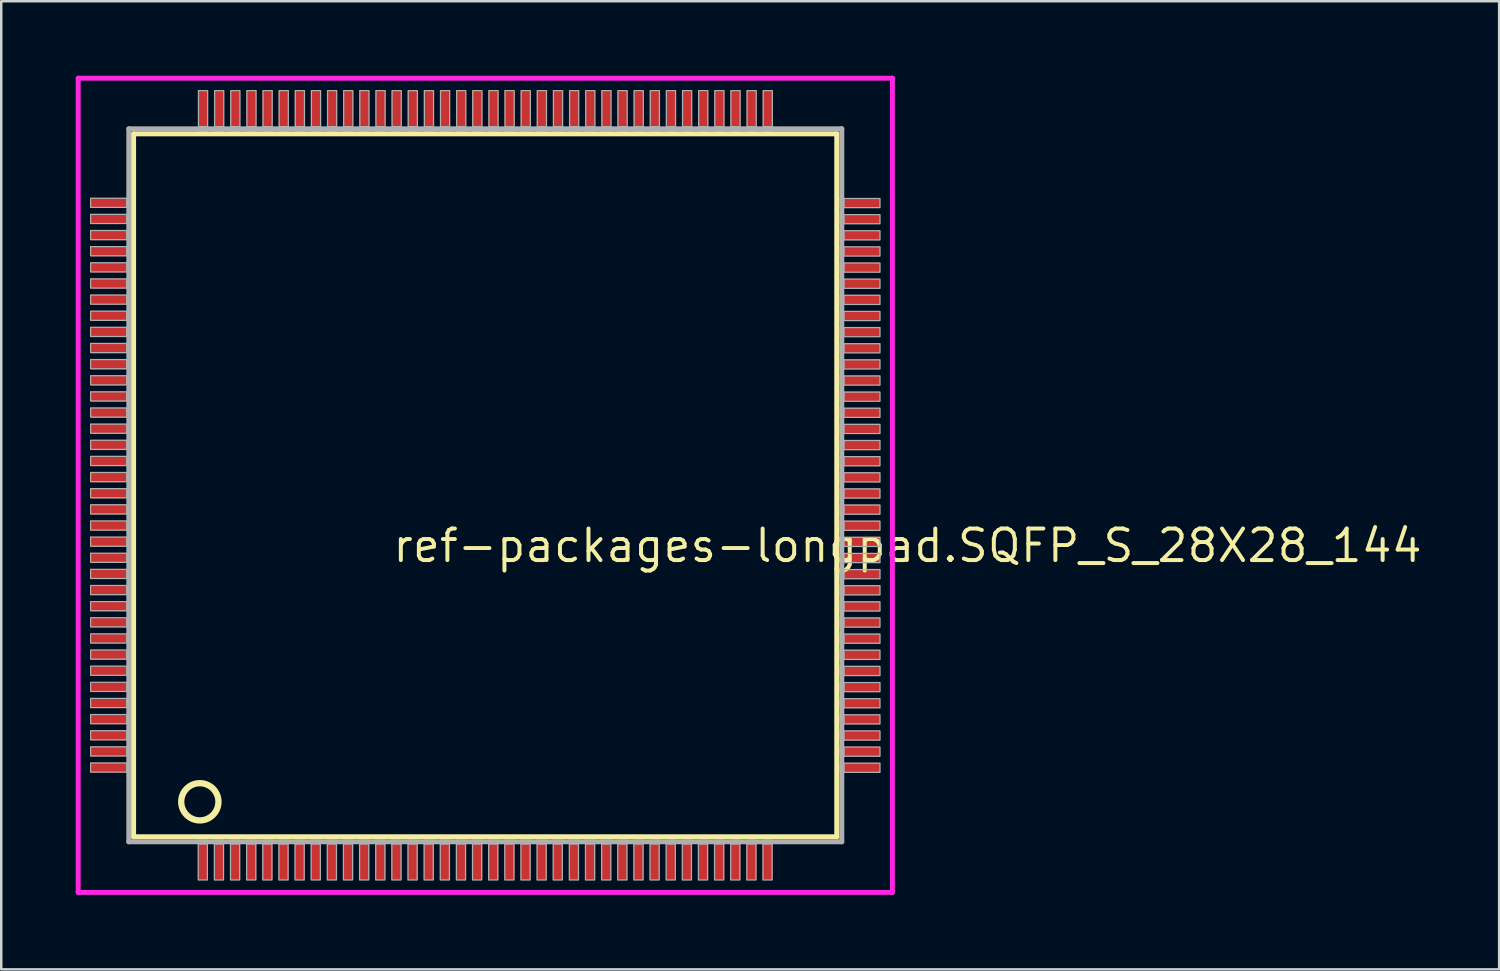
<source format=kicad_pcb>
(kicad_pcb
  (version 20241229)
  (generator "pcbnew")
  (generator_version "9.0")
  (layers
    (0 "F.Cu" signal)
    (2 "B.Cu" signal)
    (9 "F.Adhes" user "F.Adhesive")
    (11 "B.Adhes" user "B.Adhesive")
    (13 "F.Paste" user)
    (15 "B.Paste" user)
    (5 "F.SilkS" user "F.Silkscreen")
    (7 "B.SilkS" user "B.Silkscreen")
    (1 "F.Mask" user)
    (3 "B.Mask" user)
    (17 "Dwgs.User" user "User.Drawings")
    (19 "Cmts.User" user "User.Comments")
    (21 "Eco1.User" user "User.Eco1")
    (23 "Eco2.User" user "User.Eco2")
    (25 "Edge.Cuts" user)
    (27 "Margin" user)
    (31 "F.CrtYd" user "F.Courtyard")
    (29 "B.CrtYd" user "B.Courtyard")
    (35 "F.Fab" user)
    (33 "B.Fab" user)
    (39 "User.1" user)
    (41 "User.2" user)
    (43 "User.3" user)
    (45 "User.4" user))
  (footprint "ref-packages-longpad.SQFP_S_28X28_144"
    (layer "F.Cu")
    (at 16.5 16.5)
    (property "Reference" "ref-packages-longpad.SQFP_S_28X28_144" (at -3.81 3.175 0) (layer "F.SilkS") (effects (font (size 1.27 1.27) (thickness 0.16)) (justify left bottom)))
    (attr smd)
    (fp_line (start -14.17 -14.16) (end 14.16 -14.16) (stroke (width 0.203) (type default)) (layer "F.SilkS"))
    (fp_line (start -14.17 14.16) (end -14.17 -14.16) (stroke (width 0.203) (type default)) (layer "F.SilkS"))
    (fp_line (start 14.16 -14.16) (end 14.16 14.16) (stroke (width 0.203) (type default)) (layer "F.SilkS"))
    (fp_line (start 14.16 14.16) (end -14.17 14.16) (stroke (width 0.203) (type default)) (layer "F.SilkS"))
    (fp_circle (center -11.5 12.75) (end -10.75 12.75) (stroke (width 0.254) (type default)) (fill no) (layer "F.SilkS"))
    (fp_line (start -16.4 -16.4) (end 16.4 -16.4) (stroke (width 0.2) (type default)) (layer "F.CrtYd"))
    (fp_line (start -16.4 16.4) (end -16.4 -16.4) (stroke (width 0.2) (type default)) (layer "F.CrtYd"))
    (fp_line (start 16.4 -16.4) (end 16.4 16.4) (stroke (width 0.2) (type default)) (layer "F.CrtYd"))
    (fp_line (start 16.4 16.4) (end -16.4 16.4) (stroke (width 0.2) (type default)) (layer "F.CrtYd"))
    (fp_line (start -14.36 -14.36) (end -14.36 14.36) (stroke (width 0.203) (type default)) (layer "F.Fab"))
    (fp_line (start -14.36 14.36) (end 14.36 14.36) (stroke (width 0.203) (type default)) (layer "F.Fab"))
    (fp_line (start 14.36 -14.36) (end -14.36 -14.36) (stroke (width 0.203) (type default)) (layer "F.Fab"))
    (fp_line (start 14.36 14.36) (end 14.36 -14.36) (stroke (width 0.203) (type default)) (layer "F.Fab"))
    (fp_rect (start -15.9 -11.195) (end -14.45 -11.565) (stroke (width 0.05) (type default)) (fill no) (layer "F.Fab"))
    (fp_rect (start -15.9 -10.545) (end -14.45 -10.915) (stroke (width 0.05) (type default)) (fill no) (layer "F.Fab"))
    (fp_rect (start -15.9 -9.895) (end -14.45 -10.265) (stroke (width 0.05) (type default)) (fill no) (layer "F.Fab"))
    (fp_rect (start -15.9 -9.245) (end -14.45 -9.615) (stroke (width 0.05) (type default)) (fill no) (layer "F.Fab"))
    (fp_rect (start -15.9 -8.595) (end -14.45 -8.965) (stroke (width 0.05) (type default)) (fill no) (layer "F.Fab"))
    (fp_rect (start -15.9 -7.945) (end -14.45 -8.315) (stroke (width 0.05) (type default)) (fill no) (layer "F.Fab"))
    (fp_rect (start -15.9 -7.295) (end -14.45 -7.665) (stroke (width 0.05) (type default)) (fill no) (layer "F.Fab"))
    (fp_rect (start -15.9 -6.645) (end -14.45 -7.015) (stroke (width 0.05) (type default)) (fill no) (layer "F.Fab"))
    (fp_rect (start -15.9 -5.995) (end -14.45 -6.365) (stroke (width 0.05) (type default)) (fill no) (layer "F.Fab"))
    (fp_rect (start -15.9 -5.345) (end -14.45 -5.715) (stroke (width 0.05) (type default)) (fill no) (layer "F.Fab"))
    (fp_rect (start -15.9 -4.695) (end -14.45 -5.065) (stroke (width 0.05) (type default)) (fill no) (layer "F.Fab"))
    (fp_rect (start -15.9 -4.045) (end -14.45 -4.415) (stroke (width 0.05) (type default)) (fill no) (layer "F.Fab"))
    (fp_rect (start -15.9 -3.395) (end -14.45 -3.765) (stroke (width 0.05) (type default)) (fill no) (layer "F.Fab"))
    (fp_rect (start -15.9 -2.745) (end -14.45 -3.115) (stroke (width 0.05) (type default)) (fill no) (layer "F.Fab"))
    (fp_rect (start -15.9 -2.095) (end -14.45 -2.465) (stroke (width 0.05) (type default)) (fill no) (layer "F.Fab"))
    (fp_rect (start -15.9 -1.445) (end -14.45 -1.815) (stroke (width 0.05) (type default)) (fill no) (layer "F.Fab"))
    (fp_rect (start -15.9 -0.795) (end -14.45 -1.165) (stroke (width 0.05) (type default)) (fill no) (layer "F.Fab"))
    (fp_rect (start -15.9 -0.145) (end -14.45 -0.515) (stroke (width 0.05) (type default)) (fill no) (layer "F.Fab"))
    (fp_rect (start -15.9 0.505) (end -14.45 0.135) (stroke (width 0.05) (type default)) (fill no) (layer "F.Fab"))
    (fp_rect (start -15.9 1.155) (end -14.45 0.785) (stroke (width 0.05) (type default)) (fill no) (layer "F.Fab"))
    (fp_rect (start -15.9 1.805) (end -14.45 1.435) (stroke (width 0.05) (type default)) (fill no) (layer "F.Fab"))
    (fp_rect (start -15.9 2.455) (end -14.45 2.085) (stroke (width 0.05) (type default)) (fill no) (layer "F.Fab"))
    (fp_rect (start -15.9 3.105) (end -14.45 2.735) (stroke (width 0.05) (type default)) (fill no) (layer "F.Fab"))
    (fp_rect (start -15.9 3.755) (end -14.45 3.385) (stroke (width 0.05) (type default)) (fill no) (layer "F.Fab"))
    (fp_rect (start -15.9 4.405) (end -14.45 4.035) (stroke (width 0.05) (type default)) (fill no) (layer "F.Fab"))
    (fp_rect (start -15.9 5.055) (end -14.45 4.685) (stroke (width 0.05) (type default)) (fill no) (layer "F.Fab"))
    (fp_rect (start -15.9 5.705) (end -14.45 5.335) (stroke (width 0.05) (type default)) (fill no) (layer "F.Fab"))
    (fp_rect (start -15.9 6.355) (end -14.45 5.985) (stroke (width 0.05) (type default)) (fill no) (layer "F.Fab"))
    (fp_rect (start -15.9 7.005) (end -14.45 6.635) (stroke (width 0.05) (type default)) (fill no) (layer "F.Fab"))
    (fp_rect (start -15.9 7.655) (end -14.45 7.285) (stroke (width 0.05) (type default)) (fill no) (layer "F.Fab"))
    (fp_rect (start -15.9 8.305) (end -14.45 7.935) (stroke (width 0.05) (type default)) (fill no) (layer "F.Fab"))
    (fp_rect (start -15.9 8.955) (end -14.45 8.585) (stroke (width 0.05) (type default)) (fill no) (layer "F.Fab"))
    (fp_rect (start -15.9 9.605) (end -14.45 9.235) (stroke (width 0.05) (type default)) (fill no) (layer "F.Fab"))
    (fp_rect (start -15.9 10.255) (end -14.45 9.885) (stroke (width 0.05) (type default)) (fill no) (layer "F.Fab"))
    (fp_rect (start -15.9 10.905) (end -14.45 10.535) (stroke (width 0.05) (type default)) (fill no) (layer "F.Fab"))
    (fp_rect (start -15.9 11.555) (end -14.45 11.185) (stroke (width 0.05) (type default)) (fill no) (layer "F.Fab"))
    (fp_rect (start -11.565 15.9) (end -11.195 14.45) (stroke (width 0.05) (type default)) (fill no) (layer "F.Fab"))
    (fp_rect (start -11.555 -14.45) (end -11.185 -15.9) (stroke (width 0.05) (type default)) (fill no) (layer "F.Fab"))
    (fp_rect (start -10.915 15.9) (end -10.545 14.45) (stroke (width 0.05) (type default)) (fill no) (layer "F.Fab"))
    (fp_rect (start -10.905 -14.45) (end -10.535 -15.9) (stroke (width 0.05) (type default)) (fill no) (layer "F.Fab"))
    (fp_rect (start -10.265 15.9) (end -9.895 14.45) (stroke (width 0.05) (type default)) (fill no) (layer "F.Fab"))
    (fp_rect (start -10.255 -14.45) (end -9.885 -15.9) (stroke (width 0.05) (type default)) (fill no) (layer "F.Fab"))
    (fp_rect (start -9.615 15.9) (end -9.245 14.45) (stroke (width 0.05) (type default)) (fill no) (layer "F.Fab"))
    (fp_rect (start -9.605 -14.45) (end -9.235 -15.9) (stroke (width 0.05) (type default)) (fill no) (layer "F.Fab"))
    (fp_rect (start -8.965 15.9) (end -8.595 14.45) (stroke (width 0.05) (type default)) (fill no) (layer "F.Fab"))
    (fp_rect (start -8.955 -14.45) (end -8.585 -15.9) (stroke (width 0.05) (type default)) (fill no) (layer "F.Fab"))
    (fp_rect (start -8.315 15.9) (end -7.945 14.45) (stroke (width 0.05) (type default)) (fill no) (layer "F.Fab"))
    (fp_rect (start -8.305 -14.45) (end -7.935 -15.9) (stroke (width 0.05) (type default)) (fill no) (layer "F.Fab"))
    (fp_rect (start -7.665 15.9) (end -7.295 14.45) (stroke (width 0.05) (type default)) (fill no) (layer "F.Fab"))
    (fp_rect (start -7.655 -14.45) (end -7.285 -15.9) (stroke (width 0.05) (type default)) (fill no) (layer "F.Fab"))
    (fp_rect (start -7.015 15.9) (end -6.645 14.45) (stroke (width 0.05) (type default)) (fill no) (layer "F.Fab"))
    (fp_rect (start -7.005 -14.45) (end -6.635 -15.9) (stroke (width 0.05) (type default)) (fill no) (layer "F.Fab"))
    (fp_rect (start -6.365 15.9) (end -5.995 14.45) (stroke (width 0.05) (type default)) (fill no) (layer "F.Fab"))
    (fp_rect (start -6.355 -14.45) (end -5.985 -15.9) (stroke (width 0.05) (type default)) (fill no) (layer "F.Fab"))
    (fp_rect (start -5.715 15.9) (end -5.345 14.45) (stroke (width 0.05) (type default)) (fill no) (layer "F.Fab"))
    (fp_rect (start -5.705 -14.45) (end -5.335 -15.9) (stroke (width 0.05) (type default)) (fill no) (layer "F.Fab"))
    (fp_rect (start -5.065 15.9) (end -4.695 14.45) (stroke (width 0.05) (type default)) (fill no) (layer "F.Fab"))
    (fp_rect (start -5.055 -14.45) (end -4.685 -15.9) (stroke (width 0.05) (type default)) (fill no) (layer "F.Fab"))
    (fp_rect (start -4.415 15.9) (end -4.045 14.45) (stroke (width 0.05) (type default)) (fill no) (layer "F.Fab"))
    (fp_rect (start -4.405 -14.45) (end -4.035 -15.9) (stroke (width 0.05) (type default)) (fill no) (layer "F.Fab"))
    (fp_rect (start -3.765 15.9) (end -3.395 14.45) (stroke (width 0.05) (type default)) (fill no) (layer "F.Fab"))
    (fp_rect (start -3.755 -14.45) (end -3.385 -15.9) (stroke (width 0.05) (type default)) (fill no) (layer "F.Fab"))
    (fp_rect (start -3.115 15.9) (end -2.745 14.45) (stroke (width 0.05) (type default)) (fill no) (layer "F.Fab"))
    (fp_rect (start -3.105 -14.45) (end -2.735 -15.9) (stroke (width 0.05) (type default)) (fill no) (layer "F.Fab"))
    (fp_rect (start -2.465 15.9) (end -2.095 14.45) (stroke (width 0.05) (type default)) (fill no) (layer "F.Fab"))
    (fp_rect (start -2.455 -14.45) (end -2.085 -15.9) (stroke (width 0.05) (type default)) (fill no) (layer "F.Fab"))
    (fp_rect (start -1.815 15.9) (end -1.445 14.45) (stroke (width 0.05) (type default)) (fill no) (layer "F.Fab"))
    (fp_rect (start -1.805 -14.45) (end -1.435 -15.9) (stroke (width 0.05) (type default)) (fill no) (layer "F.Fab"))
    (fp_rect (start -1.165 15.9) (end -0.795 14.45) (stroke (width 0.05) (type default)) (fill no) (layer "F.Fab"))
    (fp_rect (start -1.155 -14.45) (end -0.785 -15.9) (stroke (width 0.05) (type default)) (fill no) (layer "F.Fab"))
    (fp_rect (start -0.515 15.9) (end -0.145 14.45) (stroke (width 0.05) (type default)) (fill no) (layer "F.Fab"))
    (fp_rect (start -0.505 -14.45) (end -0.135 -15.9) (stroke (width 0.05) (type default)) (fill no) (layer "F.Fab"))
    (fp_rect (start 0.135 15.9) (end 0.505 14.45) (stroke (width 0.05) (type default)) (fill no) (layer "F.Fab"))
    (fp_rect (start 0.145 -14.45) (end 0.515 -15.9) (stroke (width 0.05) (type default)) (fill no) (layer "F.Fab"))
    (fp_rect (start 0.785 15.9) (end 1.155 14.45) (stroke (width 0.05) (type default)) (fill no) (layer "F.Fab"))
    (fp_rect (start 0.795 -14.45) (end 1.165 -15.9) (stroke (width 0.05) (type default)) (fill no) (layer "F.Fab"))
    (fp_rect (start 1.435 15.9) (end 1.805 14.45) (stroke (width 0.05) (type default)) (fill no) (layer "F.Fab"))
    (fp_rect (start 1.445 -14.45) (end 1.815 -15.9) (stroke (width 0.05) (type default)) (fill no) (layer "F.Fab"))
    (fp_rect (start 2.085 15.9) (end 2.455 14.45) (stroke (width 0.05) (type default)) (fill no) (layer "F.Fab"))
    (fp_rect (start 2.095 -14.45) (end 2.465 -15.9) (stroke (width 0.05) (type default)) (fill no) (layer "F.Fab"))
    (fp_rect (start 2.735 15.9) (end 3.105 14.45) (stroke (width 0.05) (type default)) (fill no) (layer "F.Fab"))
    (fp_rect (start 2.745 -14.45) (end 3.115 -15.9) (stroke (width 0.05) (type default)) (fill no) (layer "F.Fab"))
    (fp_rect (start 3.385 15.9) (end 3.755 14.45) (stroke (width 0.05) (type default)) (fill no) (layer "F.Fab"))
    (fp_rect (start 3.395 -14.45) (end 3.765 -15.9) (stroke (width 0.05) (type default)) (fill no) (layer "F.Fab"))
    (fp_rect (start 4.035 15.9) (end 4.405 14.45) (stroke (width 0.05) (type default)) (fill no) (layer "F.Fab"))
    (fp_rect (start 4.045 -14.45) (end 4.415 -15.9) (stroke (width 0.05) (type default)) (fill no) (layer "F.Fab"))
    (fp_rect (start 4.685 15.9) (end 5.055 14.45) (stroke (width 0.05) (type default)) (fill no) (layer "F.Fab"))
    (fp_rect (start 4.695 -14.45) (end 5.065 -15.9) (stroke (width 0.05) (type default)) (fill no) (layer "F.Fab"))
    (fp_rect (start 5.335 15.9) (end 5.705 14.45) (stroke (width 0.05) (type default)) (fill no) (layer "F.Fab"))
    (fp_rect (start 5.345 -14.45) (end 5.715 -15.9) (stroke (width 0.05) (type default)) (fill no) (layer "F.Fab"))
    (fp_rect (start 5.985 15.9) (end 6.355 14.45) (stroke (width 0.05) (type default)) (fill no) (layer "F.Fab"))
    (fp_rect (start 5.995 -14.45) (end 6.365 -15.9) (stroke (width 0.05) (type default)) (fill no) (layer "F.Fab"))
    (fp_rect (start 6.635 15.9) (end 7.005 14.45) (stroke (width 0.05) (type default)) (fill no) (layer "F.Fab"))
    (fp_rect (start 6.645 -14.45) (end 7.015 -15.9) (stroke (width 0.05) (type default)) (fill no) (layer "F.Fab"))
    (fp_rect (start 7.285 15.9) (end 7.655 14.45) (stroke (width 0.05) (type default)) (fill no) (layer "F.Fab"))
    (fp_rect (start 7.295 -14.45) (end 7.665 -15.9) (stroke (width 0.05) (type default)) (fill no) (layer "F.Fab"))
    (fp_rect (start 7.935 15.9) (end 8.305 14.45) (stroke (width 0.05) (type default)) (fill no) (layer "F.Fab"))
    (fp_rect (start 7.945 -14.45) (end 8.315 -15.9) (stroke (width 0.05) (type default)) (fill no) (layer "F.Fab"))
    (fp_rect (start 8.585 15.9) (end 8.955 14.45) (stroke (width 0.05) (type default)) (fill no) (layer "F.Fab"))
    (fp_rect (start 8.595 -14.45) (end 8.965 -15.9) (stroke (width 0.05) (type default)) (fill no) (layer "F.Fab"))
    (fp_rect (start 9.235 15.9) (end 9.605 14.45) (stroke (width 0.05) (type default)) (fill no) (layer "F.Fab"))
    (fp_rect (start 9.245 -14.45) (end 9.615 -15.9) (stroke (width 0.05) (type default)) (fill no) (layer "F.Fab"))
    (fp_rect (start 9.885 15.9) (end 10.255 14.45) (stroke (width 0.05) (type default)) (fill no) (layer "F.Fab"))
    (fp_rect (start 9.895 -14.45) (end 10.265 -15.9) (stroke (width 0.05) (type default)) (fill no) (layer "F.Fab"))
    (fp_rect (start 10.535 15.9) (end 10.905 14.45) (stroke (width 0.05) (type default)) (fill no) (layer "F.Fab"))
    (fp_rect (start 10.545 -14.45) (end 10.915 -15.9) (stroke (width 0.05) (type default)) (fill no) (layer "F.Fab"))
    (fp_rect (start 11.185 15.9) (end 11.555 14.45) (stroke (width 0.05) (type default)) (fill no) (layer "F.Fab"))
    (fp_rect (start 11.195 -14.45) (end 11.565 -15.9) (stroke (width 0.05) (type default)) (fill no) (layer "F.Fab"))
    (fp_rect (start 14.45 -11.185) (end 15.9 -11.555) (stroke (width 0.05) (type default)) (fill no) (layer "F.Fab"))
    (fp_rect (start 14.45 -10.535) (end 15.9 -10.905) (stroke (width 0.05) (type default)) (fill no) (layer "F.Fab"))
    (fp_rect (start 14.45 -9.885) (end 15.9 -10.255) (stroke (width 0.05) (type default)) (fill no) (layer "F.Fab"))
    (fp_rect (start 14.45 -9.235) (end 15.9 -9.605) (stroke (width 0.05) (type default)) (fill no) (layer "F.Fab"))
    (fp_rect (start 14.45 -8.585) (end 15.9 -8.955) (stroke (width 0.05) (type default)) (fill no) (layer "F.Fab"))
    (fp_rect (start 14.45 -7.935) (end 15.9 -8.305) (stroke (width 0.05) (type default)) (fill no) (layer "F.Fab"))
    (fp_rect (start 14.45 -7.285) (end 15.9 -7.655) (stroke (width 0.05) (type default)) (fill no) (layer "F.Fab"))
    (fp_rect (start 14.45 -6.635) (end 15.9 -7.005) (stroke (width 0.05) (type default)) (fill no) (layer "F.Fab"))
    (fp_rect (start 14.45 -5.985) (end 15.9 -6.355) (stroke (width 0.05) (type default)) (fill no) (layer "F.Fab"))
    (fp_rect (start 14.45 -5.335) (end 15.9 -5.705) (stroke (width 0.05) (type default)) (fill no) (layer "F.Fab"))
    (fp_rect (start 14.45 -4.685) (end 15.9 -5.055) (stroke (width 0.05) (type default)) (fill no) (layer "F.Fab"))
    (fp_rect (start 14.45 -4.035) (end 15.9 -4.405) (stroke (width 0.05) (type default)) (fill no) (layer "F.Fab"))
    (fp_rect (start 14.45 -3.385) (end 15.9 -3.755) (stroke (width 0.05) (type default)) (fill no) (layer "F.Fab"))
    (fp_rect (start 14.45 -2.735) (end 15.9 -3.105) (stroke (width 0.05) (type default)) (fill no) (layer "F.Fab"))
    (fp_rect (start 14.45 -2.085) (end 15.9 -2.455) (stroke (width 0.05) (type default)) (fill no) (layer "F.Fab"))
    (fp_rect (start 14.45 -1.435) (end 15.9 -1.805) (stroke (width 0.05) (type default)) (fill no) (layer "F.Fab"))
    (fp_rect (start 14.45 -0.785) (end 15.9 -1.155) (stroke (width 0.05) (type default)) (fill no) (layer "F.Fab"))
    (fp_rect (start 14.45 -0.135) (end 15.9 -0.505) (stroke (width 0.05) (type default)) (fill no) (layer "F.Fab"))
    (fp_rect (start 14.45 0.515) (end 15.9 0.145) (stroke (width 0.05) (type default)) (fill no) (layer "F.Fab"))
    (fp_rect (start 14.45 1.165) (end 15.9 0.795) (stroke (width 0.05) (type default)) (fill no) (layer "F.Fab"))
    (fp_rect (start 14.45 1.815) (end 15.9 1.445) (stroke (width 0.05) (type default)) (fill no) (layer "F.Fab"))
    (fp_rect (start 14.45 2.465) (end 15.9 2.095) (stroke (width 0.05) (type default)) (fill no) (layer "F.Fab"))
    (fp_rect (start 14.45 3.115) (end 15.9 2.745) (stroke (width 0.05) (type default)) (fill no) (layer "F.Fab"))
    (fp_rect (start 14.45 3.765) (end 15.9 3.395) (stroke (width 0.05) (type default)) (fill no) (layer "F.Fab"))
    (fp_rect (start 14.45 4.415) (end 15.9 4.045) (stroke (width 0.05) (type default)) (fill no) (layer "F.Fab"))
    (fp_rect (start 14.45 5.065) (end 15.9 4.695) (stroke (width 0.05) (type default)) (fill no) (layer "F.Fab"))
    (fp_rect (start 14.45 5.715) (end 15.9 5.345) (stroke (width 0.05) (type default)) (fill no) (layer "F.Fab"))
    (fp_rect (start 14.45 6.365) (end 15.9 5.995) (stroke (width 0.05) (type default)) (fill no) (layer "F.Fab"))
    (fp_rect (start 14.45 7.015) (end 15.9 6.645) (stroke (width 0.05) (type default)) (fill no) (layer "F.Fab"))
    (fp_rect (start 14.45 7.665) (end 15.9 7.295) (stroke (width 0.05) (type default)) (fill no) (layer "F.Fab"))
    (fp_rect (start 14.45 8.315) (end 15.9 7.945) (stroke (width 0.05) (type default)) (fill no) (layer "F.Fab"))
    (fp_rect (start 14.45 8.965) (end 15.9 8.595) (stroke (width 0.05) (type default)) (fill no) (layer "F.Fab"))
    (fp_rect (start 14.45 9.615) (end 15.9 9.245) (stroke (width 0.05) (type default)) (fill no) (layer "F.Fab"))
    (fp_rect (start 14.45 10.265) (end 15.9 9.895) (stroke (width 0.05) (type default)) (fill no) (layer "F.Fab"))
    (fp_rect (start 14.45 10.915) (end 15.9 10.545) (stroke (width 0.05) (type default)) (fill no) (layer "F.Fab"))
    (fp_rect (start 14.45 11.565) (end 15.9 11.195) (stroke (width 0.05) (type default)) (fill no) (layer "F.Fab"))
    (pad "1" smd roundrect (at -11.375 15) (size 0.4 1.8) (layers "F.Cu" "F.Mask" "F.Paste") (roundrect_rratio 0.01))
    (pad "2" smd roundrect (at -10.725 15) (size 0.4 1.8) (layers "F.Cu" "F.Mask" "F.Paste") (roundrect_rratio 0.01))
    (pad "3" smd roundrect (at -10.075 15) (size 0.4 1.8) (layers "F.Cu" "F.Mask" "F.Paste") (roundrect_rratio 0.01))
    (pad "4" smd roundrect (at -9.425 15) (size 0.4 1.8) (layers "F.Cu" "F.Mask" "F.Paste") (roundrect_rratio 0.01))
    (pad "5" smd roundrect (at -8.775 15) (size 0.4 1.8) (layers "F.Cu" "F.Mask" "F.Paste") (roundrect_rratio 0.01))
    (pad "6" smd roundrect (at -8.125 15) (size 0.4 1.8) (layers "F.Cu" "F.Mask" "F.Paste") (roundrect_rratio 0.01))
    (pad "7" smd roundrect (at -7.475 15) (size 0.4 1.8) (layers "F.Cu" "F.Mask" "F.Paste") (roundrect_rratio 0.01))
    (pad "8" smd roundrect (at -6.825 15) (size 0.4 1.8) (layers "F.Cu" "F.Mask" "F.Paste") (roundrect_rratio 0.01))
    (pad "9" smd roundrect (at -6.175 15) (size 0.4 1.8) (layers "F.Cu" "F.Mask" "F.Paste") (roundrect_rratio 0.01))
    (pad "10" smd roundrect (at -5.525 15) (size 0.4 1.8) (layers "F.Cu" "F.Mask" "F.Paste") (roundrect_rratio 0.01))
    (pad "11" smd roundrect (at -4.875 15) (size 0.4 1.8) (layers "F.Cu" "F.Mask" "F.Paste") (roundrect_rratio 0.01))
    (pad "12" smd roundrect (at -4.225 15) (size 0.4 1.8) (layers "F.Cu" "F.Mask" "F.Paste") (roundrect_rratio 0.01))
    (pad "13" smd roundrect (at -3.575 15) (size 0.4 1.8) (layers "F.Cu" "F.Mask" "F.Paste") (roundrect_rratio 0.01))
    (pad "14" smd roundrect (at -2.925 15) (size 0.4 1.8) (layers "F.Cu" "F.Mask" "F.Paste") (roundrect_rratio 0.01))
    (pad "15" smd roundrect (at -2.275 15) (size 0.4 1.8) (layers "F.Cu" "F.Mask" "F.Paste") (roundrect_rratio 0.01))
    (pad "16" smd roundrect (at -1.625 15) (size 0.4 1.8) (layers "F.Cu" "F.Mask" "F.Paste") (roundrect_rratio 0.01))
    (pad "17" smd roundrect (at -0.975 15) (size 0.4 1.8) (layers "F.Cu" "F.Mask" "F.Paste") (roundrect_rratio 0.01))
    (pad "18" smd roundrect (at -0.325 15) (size 0.4 1.8) (layers "F.Cu" "F.Mask" "F.Paste") (roundrect_rratio 0.01))
    (pad "19" smd roundrect (at 0.325 15) (size 0.4 1.8) (layers "F.Cu" "F.Mask" "F.Paste") (roundrect_rratio 0.01))
    (pad "20" smd roundrect (at 0.975 15) (size 0.4 1.8) (layers "F.Cu" "F.Mask" "F.Paste") (roundrect_rratio 0.01))
    (pad "21" smd roundrect (at 1.625 15) (size 0.4 1.8) (layers "F.Cu" "F.Mask" "F.Paste") (roundrect_rratio 0.01))
    (pad "22" smd roundrect (at 2.275 15) (size 0.4 1.8) (layers "F.Cu" "F.Mask" "F.Paste") (roundrect_rratio 0.01))
    (pad "23" smd roundrect (at 2.925 15) (size 0.4 1.8) (layers "F.Cu" "F.Mask" "F.Paste") (roundrect_rratio 0.01))
    (pad "24" smd roundrect (at 3.575 15) (size 0.4 1.8) (layers "F.Cu" "F.Mask" "F.Paste") (roundrect_rratio 0.01))
    (pad "25" smd roundrect (at 4.225 15) (size 0.4 1.8) (layers "F.Cu" "F.Mask" "F.Paste") (roundrect_rratio 0.01))
    (pad "26" smd roundrect (at 4.875 15) (size 0.4 1.8) (layers "F.Cu" "F.Mask" "F.Paste") (roundrect_rratio 0.01))
    (pad "27" smd roundrect (at 5.525 15) (size 0.4 1.8) (layers "F.Cu" "F.Mask" "F.Paste") (roundrect_rratio 0.01))
    (pad "28" smd roundrect (at 6.175 15) (size 0.4 1.8) (layers "F.Cu" "F.Mask" "F.Paste") (roundrect_rratio 0.01))
    (pad "29" smd roundrect (at 6.825 15) (size 0.4 1.8) (layers "F.Cu" "F.Mask" "F.Paste") (roundrect_rratio 0.01))
    (pad "30" smd roundrect (at 7.475 15) (size 0.4 1.8) (layers "F.Cu" "F.Mask" "F.Paste") (roundrect_rratio 0.01))
    (pad "31" smd roundrect (at 8.125 15) (size 0.4 1.8) (layers "F.Cu" "F.Mask" "F.Paste") (roundrect_rratio 0.01))
    (pad "32" smd roundrect (at 8.775 15) (size 0.4 1.8) (layers "F.Cu" "F.Mask" "F.Paste") (roundrect_rratio 0.01))
    (pad "33" smd roundrect (at 9.425 15) (size 0.4 1.8) (layers "F.Cu" "F.Mask" "F.Paste") (roundrect_rratio 0.01))
    (pad "34" smd roundrect (at 10.075 15) (size 0.4 1.8) (layers "F.Cu" "F.Mask" "F.Paste") (roundrect_rratio 0.01))
    (pad "35" smd roundrect (at 10.725 15) (size 0.4 1.8) (layers "F.Cu" "F.Mask" "F.Paste") (roundrect_rratio 0.01))
    (pad "36" smd roundrect (at 11.375 15) (size 0.4 1.8) (layers "F.Cu" "F.Mask" "F.Paste") (roundrect_rratio 0.01))
    (pad "37" smd roundrect (at 15 11.375) (size 1.8 0.4) (layers "F.Cu" "F.Mask" "F.Paste") (roundrect_rratio 0.01))
    (pad "38" smd roundrect (at 15 10.725) (size 1.8 0.4) (layers "F.Cu" "F.Mask" "F.Paste") (roundrect_rratio 0.01))
    (pad "39" smd roundrect (at 15 10.075) (size 1.8 0.4) (layers "F.Cu" "F.Mask" "F.Paste") (roundrect_rratio 0.01))
    (pad "40" smd roundrect (at 15 9.425) (size 1.8 0.4) (layers "F.Cu" "F.Mask" "F.Paste") (roundrect_rratio 0.01))
    (pad "41" smd roundrect (at 15 8.775) (size 1.8 0.4) (layers "F.Cu" "F.Mask" "F.Paste") (roundrect_rratio 0.01))
    (pad "42" smd roundrect (at 15 8.125) (size 1.8 0.4) (layers "F.Cu" "F.Mask" "F.Paste") (roundrect_rratio 0.01))
    (pad "43" smd roundrect (at 15 7.475) (size 1.8 0.4) (layers "F.Cu" "F.Mask" "F.Paste") (roundrect_rratio 0.01))
    (pad "44" smd roundrect (at 15 6.825) (size 1.8 0.4) (layers "F.Cu" "F.Mask" "F.Paste") (roundrect_rratio 0.01))
    (pad "45" smd roundrect (at 15 6.175) (size 1.8 0.4) (layers "F.Cu" "F.Mask" "F.Paste") (roundrect_rratio 0.01))
    (pad "46" smd roundrect (at 15 5.525) (size 1.8 0.4) (layers "F.Cu" "F.Mask" "F.Paste") (roundrect_rratio 0.01))
    (pad "47" smd roundrect (at 15 4.875) (size 1.8 0.4) (layers "F.Cu" "F.Mask" "F.Paste") (roundrect_rratio 0.01))
    (pad "48" smd roundrect (at 15 4.225) (size 1.8 0.4) (layers "F.Cu" "F.Mask" "F.Paste") (roundrect_rratio 0.01))
    (pad "49" smd roundrect (at 15 3.575) (size 1.8 0.4) (layers "F.Cu" "F.Mask" "F.Paste") (roundrect_rratio 0.01))
    (pad "50" smd roundrect (at 15 2.925) (size 1.8 0.4) (layers "F.Cu" "F.Mask" "F.Paste") (roundrect_rratio 0.01))
    (pad "51" smd roundrect (at 15 2.275) (size 1.8 0.4) (layers "F.Cu" "F.Mask" "F.Paste") (roundrect_rratio 0.01))
    (pad "52" smd roundrect (at 15 1.625) (size 1.8 0.4) (layers "F.Cu" "F.Mask" "F.Paste") (roundrect_rratio 0.01))
    (pad "53" smd roundrect (at 15 0.975) (size 1.8 0.4) (layers "F.Cu" "F.Mask" "F.Paste") (roundrect_rratio 0.01))
    (pad "54" smd roundrect (at 15 0.325) (size 1.8 0.4) (layers "F.Cu" "F.Mask" "F.Paste") (roundrect_rratio 0.01))
    (pad "55" smd roundrect (at 15 -0.325) (size 1.8 0.4) (layers "F.Cu" "F.Mask" "F.Paste") (roundrect_rratio 0.01))
    (pad "56" smd roundrect (at 15 -0.975) (size 1.8 0.4) (layers "F.Cu" "F.Mask" "F.Paste") (roundrect_rratio 0.01))
    (pad "57" smd roundrect (at 15 -1.625) (size 1.8 0.4) (layers "F.Cu" "F.Mask" "F.Paste") (roundrect_rratio 0.01))
    (pad "58" smd roundrect (at 15 -2.275) (size 1.8 0.4) (layers "F.Cu" "F.Mask" "F.Paste") (roundrect_rratio 0.01))
    (pad "59" smd roundrect (at 15 -2.925) (size 1.8 0.4) (layers "F.Cu" "F.Mask" "F.Paste") (roundrect_rratio 0.01))
    (pad "60" smd roundrect (at 15 -3.575) (size 1.8 0.4) (layers "F.Cu" "F.Mask" "F.Paste") (roundrect_rratio 0.01))
    (pad "61" smd roundrect (at 15 -4.225) (size 1.8 0.4) (layers "F.Cu" "F.Mask" "F.Paste") (roundrect_rratio 0.01))
    (pad "62" smd roundrect (at 15 -4.875) (size 1.8 0.4) (layers "F.Cu" "F.Mask" "F.Paste") (roundrect_rratio 0.01))
    (pad "63" smd roundrect (at 15 -5.525) (size 1.8 0.4) (layers "F.Cu" "F.Mask" "F.Paste") (roundrect_rratio 0.01))
    (pad "64" smd roundrect (at 15 -6.175) (size 1.8 0.4) (layers "F.Cu" "F.Mask" "F.Paste") (roundrect_rratio 0.01))
    (pad "65" smd roundrect (at 15 -6.825) (size 1.8 0.4) (layers "F.Cu" "F.Mask" "F.Paste") (roundrect_rratio 0.01))
    (pad "66" smd roundrect (at 15 -7.475) (size 1.8 0.4) (layers "F.Cu" "F.Mask" "F.Paste") (roundrect_rratio 0.01))
    (pad "67" smd roundrect (at 15 -8.125) (size 1.8 0.4) (layers "F.Cu" "F.Mask" "F.Paste") (roundrect_rratio 0.01))
    (pad "68" smd roundrect (at 15 -8.775) (size 1.8 0.4) (layers "F.Cu" "F.Mask" "F.Paste") (roundrect_rratio 0.01))
    (pad "69" smd roundrect (at 15 -9.425) (size 1.8 0.4) (layers "F.Cu" "F.Mask" "F.Paste") (roundrect_rratio 0.01))
    (pad "70" smd roundrect (at 15 -10.075) (size 1.8 0.4) (layers "F.Cu" "F.Mask" "F.Paste") (roundrect_rratio 0.01))
    (pad "71" smd roundrect (at 15 -10.725) (size 1.8 0.4) (layers "F.Cu" "F.Mask" "F.Paste") (roundrect_rratio 0.01))
    (pad "72" smd roundrect (at 15 -11.375) (size 1.8 0.4) (layers "F.Cu" "F.Mask" "F.Paste") (roundrect_rratio 0.01))
    (pad "73" smd roundrect (at 11.375 -15) (size 0.4 1.8) (layers "F.Cu" "F.Mask" "F.Paste") (roundrect_rratio 0.01))
    (pad "74" smd roundrect (at 10.725 -15) (size 0.4 1.8) (layers "F.Cu" "F.Mask" "F.Paste") (roundrect_rratio 0.01))
    (pad "75" smd roundrect (at 10.075 -15) (size 0.4 1.8) (layers "F.Cu" "F.Mask" "F.Paste") (roundrect_rratio 0.01))
    (pad "76" smd roundrect (at 9.425 -15) (size 0.4 1.8) (layers "F.Cu" "F.Mask" "F.Paste") (roundrect_rratio 0.01))
    (pad "77" smd roundrect (at 8.775 -15) (size 0.4 1.8) (layers "F.Cu" "F.Mask" "F.Paste") (roundrect_rratio 0.01))
    (pad "78" smd roundrect (at 8.125 -15) (size 0.4 1.8) (layers "F.Cu" "F.Mask" "F.Paste") (roundrect_rratio 0.01))
    (pad "79" smd roundrect (at 7.475 -15) (size 0.4 1.8) (layers "F.Cu" "F.Mask" "F.Paste") (roundrect_rratio 0.01))
    (pad "80" smd roundrect (at 6.825 -15) (size 0.4 1.8) (layers "F.Cu" "F.Mask" "F.Paste") (roundrect_rratio 0.01))
    (pad "81" smd roundrect (at 6.175 -15) (size 0.4 1.8) (layers "F.Cu" "F.Mask" "F.Paste") (roundrect_rratio 0.01))
    (pad "82" smd roundrect (at 5.525 -15) (size 0.4 1.8) (layers "F.Cu" "F.Mask" "F.Paste") (roundrect_rratio 0.01))
    (pad "83" smd roundrect (at 4.875 -15) (size 0.4 1.8) (layers "F.Cu" "F.Mask" "F.Paste") (roundrect_rratio 0.01))
    (pad "84" smd roundrect (at 4.225 -15) (size 0.4 1.8) (layers "F.Cu" "F.Mask" "F.Paste") (roundrect_rratio 0.01))
    (pad "85" smd roundrect (at 3.575 -15) (size 0.4 1.8) (layers "F.Cu" "F.Mask" "F.Paste") (roundrect_rratio 0.01))
    (pad "86" smd roundrect (at 2.925 -15) (size 0.4 1.8) (layers "F.Cu" "F.Mask" "F.Paste") (roundrect_rratio 0.01))
    (pad "87" smd roundrect (at 2.275 -15) (size 0.4 1.8) (layers "F.Cu" "F.Mask" "F.Paste") (roundrect_rratio 0.01))
    (pad "88" smd roundrect (at 1.625 -15) (size 0.4 1.8) (layers "F.Cu" "F.Mask" "F.Paste") (roundrect_rratio 0.01))
    (pad "89" smd roundrect (at 0.975 -15) (size 0.4 1.8) (layers "F.Cu" "F.Mask" "F.Paste") (roundrect_rratio 0.01))
    (pad "90" smd roundrect (at 0.325 -15) (size 0.4 1.8) (layers "F.Cu" "F.Mask" "F.Paste") (roundrect_rratio 0.01))
    (pad "91" smd roundrect (at -0.325 -15) (size 0.4 1.8) (layers "F.Cu" "F.Mask" "F.Paste") (roundrect_rratio 0.01))
    (pad "92" smd roundrect (at -0.975 -15) (size 0.4 1.8) (layers "F.Cu" "F.Mask" "F.Paste") (roundrect_rratio 0.01))
    (pad "93" smd roundrect (at -1.625 -15) (size 0.4 1.8) (layers "F.Cu" "F.Mask" "F.Paste") (roundrect_rratio 0.01))
    (pad "94" smd roundrect (at -2.275 -15) (size 0.4 1.8) (layers "F.Cu" "F.Mask" "F.Paste") (roundrect_rratio 0.01))
    (pad "95" smd roundrect (at -2.925 -15) (size 0.4 1.8) (layers "F.Cu" "F.Mask" "F.Paste") (roundrect_rratio 0.01))
    (pad "96" smd roundrect (at -3.575 -15) (size 0.4 1.8) (layers "F.Cu" "F.Mask" "F.Paste") (roundrect_rratio 0.01))
    (pad "97" smd roundrect (at -4.225 -15) (size 0.4 1.8) (layers "F.Cu" "F.Mask" "F.Paste") (roundrect_rratio 0.01))
    (pad "98" smd roundrect (at -4.875 -15) (size 0.4 1.8) (layers "F.Cu" "F.Mask" "F.Paste") (roundrect_rratio 0.01))
    (pad "99" smd roundrect (at -5.525 -15) (size 0.4 1.8) (layers "F.Cu" "F.Mask" "F.Paste") (roundrect_rratio 0.01))
    (pad "100" smd roundrect (at -6.175 -15) (size 0.4 1.8) (layers "F.Cu" "F.Mask" "F.Paste") (roundrect_rratio 0.01))
    (pad "101" smd roundrect (at -6.825 -15) (size 0.4 1.8) (layers "F.Cu" "F.Mask" "F.Paste") (roundrect_rratio 0.01))
    (pad "102" smd roundrect (at -7.475 -15) (size 0.4 1.8) (layers "F.Cu" "F.Mask" "F.Paste") (roundrect_rratio 0.01))
    (pad "103" smd roundrect (at -8.125 -15) (size 0.4 1.8) (layers "F.Cu" "F.Mask" "F.Paste") (roundrect_rratio 0.01))
    (pad "104" smd roundrect (at -8.775 -15) (size 0.4 1.8) (layers "F.Cu" "F.Mask" "F.Paste") (roundrect_rratio 0.01))
    (pad "105" smd roundrect (at -9.425 -15) (size 0.4 1.8) (layers "F.Cu" "F.Mask" "F.Paste") (roundrect_rratio 0.01))
    (pad "106" smd roundrect (at -10.075 -15) (size 0.4 1.8) (layers "F.Cu" "F.Mask" "F.Paste") (roundrect_rratio 0.01))
    (pad "107" smd roundrect (at -10.725 -15) (size 0.4 1.8) (layers "F.Cu" "F.Mask" "F.Paste") (roundrect_rratio 0.01))
    (pad "108" smd roundrect (at -11.375 -15) (size 0.4 1.8) (layers "F.Cu" "F.Mask" "F.Paste") (roundrect_rratio 0.01))
    (pad "109" smd roundrect (at -15 -11.375) (size 1.8 0.4) (layers "F.Cu" "F.Mask" "F.Paste") (roundrect_rratio 0.01))
    (pad "110" smd roundrect (at -15 -10.725) (size 1.8 0.4) (layers "F.Cu" "F.Mask" "F.Paste") (roundrect_rratio 0.01))
    (pad "111" smd roundrect (at -15 -10.075) (size 1.8 0.4) (layers "F.Cu" "F.Mask" "F.Paste") (roundrect_rratio 0.01))
    (pad "112" smd roundrect (at -15 -9.425) (size 1.8 0.4) (layers "F.Cu" "F.Mask" "F.Paste") (roundrect_rratio 0.01))
    (pad "113" smd roundrect (at -15 -8.775) (size 1.8 0.4) (layers "F.Cu" "F.Mask" "F.Paste") (roundrect_rratio 0.01))
    (pad "114" smd roundrect (at -15 -8.125) (size 1.8 0.4) (layers "F.Cu" "F.Mask" "F.Paste") (roundrect_rratio 0.01))
    (pad "115" smd roundrect (at -15 -7.475) (size 1.8 0.4) (layers "F.Cu" "F.Mask" "F.Paste") (roundrect_rratio 0.01))
    (pad "116" smd roundrect (at -15 -6.825) (size 1.8 0.4) (layers "F.Cu" "F.Mask" "F.Paste") (roundrect_rratio 0.01))
    (pad "117" smd roundrect (at -15 -6.175) (size 1.8 0.4) (layers "F.Cu" "F.Mask" "F.Paste") (roundrect_rratio 0.01))
    (pad "118" smd roundrect (at -15 -5.525) (size 1.8 0.4) (layers "F.Cu" "F.Mask" "F.Paste") (roundrect_rratio 0.01))
    (pad "119" smd roundrect (at -15 -4.875) (size 1.8 0.4) (layers "F.Cu" "F.Mask" "F.Paste") (roundrect_rratio 0.01))
    (pad "120" smd roundrect (at -15 -4.225) (size 1.8 0.4) (layers "F.Cu" "F.Mask" "F.Paste") (roundrect_rratio 0.01))
    (pad "121" smd roundrect (at -15 -3.575) (size 1.8 0.4) (layers "F.Cu" "F.Mask" "F.Paste") (roundrect_rratio 0.01))
    (pad "122" smd roundrect (at -15 -2.925) (size 1.8 0.4) (layers "F.Cu" "F.Mask" "F.Paste") (roundrect_rratio 0.01))
    (pad "123" smd roundrect (at -15 -2.275) (size 1.8 0.4) (layers "F.Cu" "F.Mask" "F.Paste") (roundrect_rratio 0.01))
    (pad "124" smd roundrect (at -15 -1.625) (size 1.8 0.4) (layers "F.Cu" "F.Mask" "F.Paste") (roundrect_rratio 0.01))
    (pad "125" smd roundrect (at -15 -0.975) (size 1.8 0.4) (layers "F.Cu" "F.Mask" "F.Paste") (roundrect_rratio 0.01))
    (pad "126" smd roundrect (at -15 -0.325) (size 1.8 0.4) (layers "F.Cu" "F.Mask" "F.Paste") (roundrect_rratio 0.01))
    (pad "127" smd roundrect (at -15 0.325) (size 1.8 0.4) (layers "F.Cu" "F.Mask" "F.Paste") (roundrect_rratio 0.01))
    (pad "128" smd roundrect (at -15 0.975) (size 1.8 0.4) (layers "F.Cu" "F.Mask" "F.Paste") (roundrect_rratio 0.01))
    (pad "129" smd roundrect (at -15 1.625) (size 1.8 0.4) (layers "F.Cu" "F.Mask" "F.Paste") (roundrect_rratio 0.01))
    (pad "130" smd roundrect (at -15 2.275) (size 1.8 0.4) (layers "F.Cu" "F.Mask" "F.Paste") (roundrect_rratio 0.01))
    (pad "131" smd roundrect (at -15 2.925) (size 1.8 0.4) (layers "F.Cu" "F.Mask" "F.Paste") (roundrect_rratio 0.01))
    (pad "132" smd roundrect (at -15 3.575) (size 1.8 0.4) (layers "F.Cu" "F.Mask" "F.Paste") (roundrect_rratio 0.01))
    (pad "133" smd roundrect (at -15 4.225) (size 1.8 0.4) (layers "F.Cu" "F.Mask" "F.Paste") (roundrect_rratio 0.01))
    (pad "134" smd roundrect (at -15 4.875) (size 1.8 0.4) (layers "F.Cu" "F.Mask" "F.Paste") (roundrect_rratio 0.01))
    (pad "135" smd roundrect (at -15 5.525) (size 1.8 0.4) (layers "F.Cu" "F.Mask" "F.Paste") (roundrect_rratio 0.01))
    (pad "136" smd roundrect (at -15 6.175) (size 1.8 0.4) (layers "F.Cu" "F.Mask" "F.Paste") (roundrect_rratio 0.01))
    (pad "137" smd roundrect (at -15 6.825) (size 1.8 0.4) (layers "F.Cu" "F.Mask" "F.Paste") (roundrect_rratio 0.01))
    (pad "138" smd roundrect (at -15 7.475) (size 1.8 0.4) (layers "F.Cu" "F.Mask" "F.Paste") (roundrect_rratio 0.01))
    (pad "139" smd roundrect (at -15 8.125) (size 1.8 0.4) (layers "F.Cu" "F.Mask" "F.Paste") (roundrect_rratio 0.01))
    (pad "140" smd roundrect (at -15 8.775) (size 1.8 0.4) (layers "F.Cu" "F.Mask" "F.Paste") (roundrect_rratio 0.01))
    (pad "141" smd roundrect (at -15 9.425) (size 1.8 0.4) (layers "F.Cu" "F.Mask" "F.Paste") (roundrect_rratio 0.01))
    (pad "142" smd roundrect (at -15 10.075) (size 1.8 0.4) (layers "F.Cu" "F.Mask" "F.Paste") (roundrect_rratio 0.01))
    (pad "143" smd roundrect (at -15 10.725) (size 1.8 0.4) (layers "F.Cu" "F.Mask" "F.Paste") (roundrect_rratio 0.01))
    (pad "144" smd roundrect (at -15 11.375) (size 1.8 0.4) (layers "F.Cu" "F.Mask" "F.Paste") (roundrect_rratio 0.01)))
  (gr_rect
    (start -3 -3)
    (end 57.342 36)
    (stroke (width 0.1) (type default))
    (fill no)
    (layer "Edge.Cuts")))
</source>
